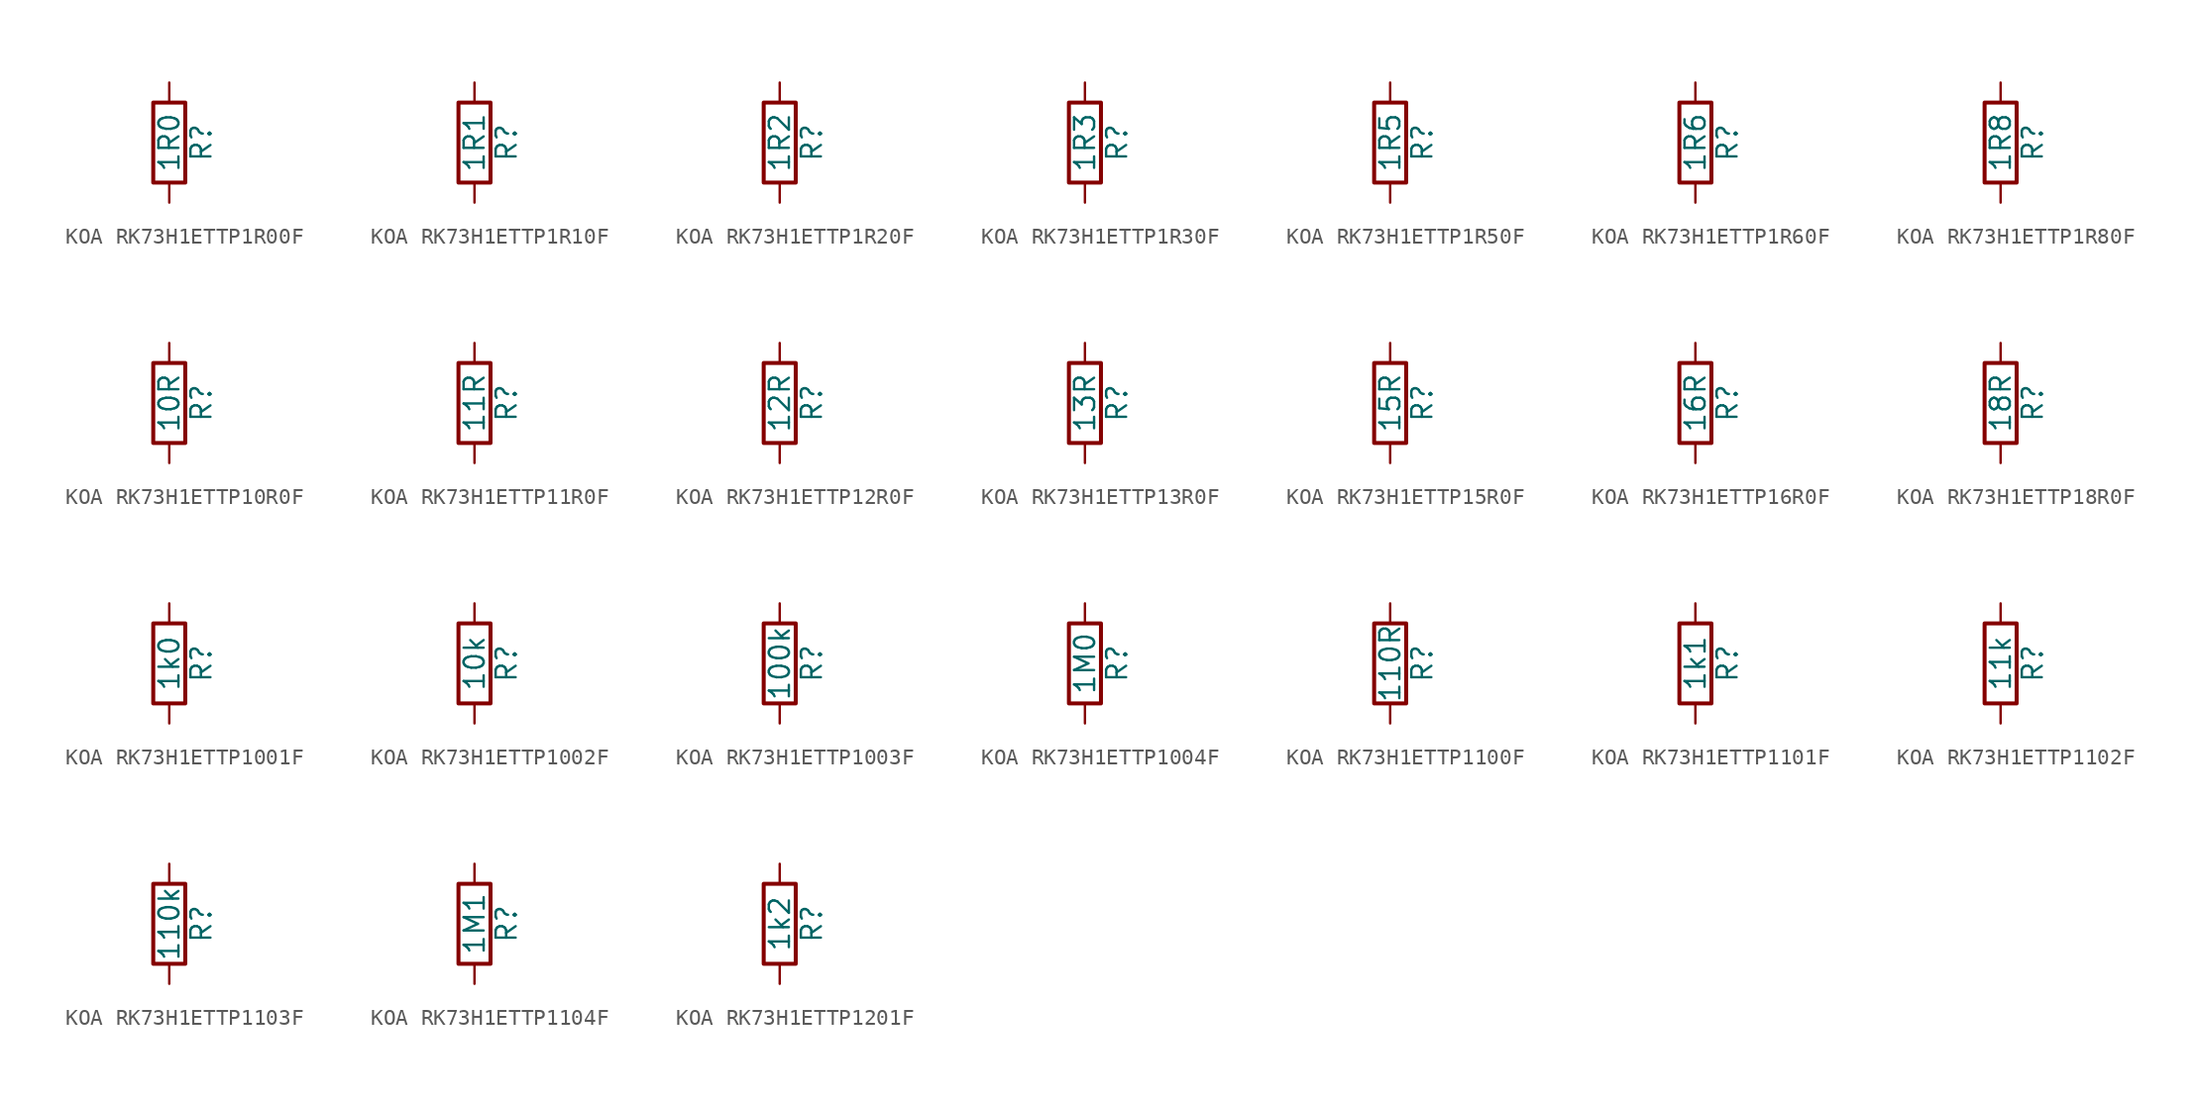
<source format=kicad_sym>
(kicad_symbol_lib
  (version 20220914)
  (generator kicad_symbol_editor)
  (symbol "KOA RK73H1ETTP1R00F"
    (pin_numbers hide)
    (pin_names
      (offset 0))
    (property "Reference" "R"
      (at 2.032 0 90)
      (effects (font (size 1.27 1.27))))
    (property "Value" "1R0"
      (at 0 0 90)
      (effects (font (size 1.27 1.27))))
    (symbol "KOA RK73H1ETTP1R00F_0_1"
      (rectangle (start -1.016 -2.54) (end 1.016 2.54) (stroke (width 0.254) (type default)) (fill (type none))))
    (symbol "KOA RK73H1ETTP1R00F_1_1"
      (pin passive line (at 0 3.81 270) (length 1.27) (name "~" (effects (font (size 1.27 1.27)))) (number "1" (effects (font (size 1.27 1.27)))))
      (pin passive line (at 0 -3.81 90) (length 1.27) (name "~" (effects (font (size 1.27 1.27)))) (number "2" (effects (font (size 1.27 1.27)))))))
  (symbol "KOA RK73H1ETTP1R10F"
    (pin_numbers hide)
    (pin_names
      (offset 0))
    (property "Reference" "R"
      (at 2.032 0 90)
      (effects (font (size 1.27 1.27))))
    (property "Value" "1R1"
      (at 0 0 90)
      (effects (font (size 1.27 1.27))))
    (symbol "KOA RK73H1ETTP1R10F_0_1"
      (rectangle (start -1.016 -2.54) (end 1.016 2.54) (stroke (width 0.254) (type default)) (fill (type none))))
    (symbol "KOA RK73H1ETTP1R10F_1_1"
      (pin passive line (at 0 3.81 270) (length 1.27) (name "~" (effects (font (size 1.27 1.27)))) (number "1" (effects (font (size 1.27 1.27)))))
      (pin passive line (at 0 -3.81 90) (length 1.27) (name "~" (effects (font (size 1.27 1.27)))) (number "2" (effects (font (size 1.27 1.27)))))))
  (symbol "KOA RK73H1ETTP1R20F"
    (pin_numbers hide)
    (pin_names
      (offset 0))
    (property "Reference" "R"
      (at 2.032 0 90)
      (effects (font (size 1.27 1.27))))
    (property "Value" "1R2"
      (at 0 0 90)
      (effects (font (size 1.27 1.27))))
    (symbol "KOA RK73H1ETTP1R20F_0_1"
      (rectangle (start -1.016 -2.54) (end 1.016 2.54) (stroke (width 0.254) (type default)) (fill (type none))))
    (symbol "KOA RK73H1ETTP1R20F_1_1"
      (pin passive line (at 0 3.81 270) (length 1.27) (name "~" (effects (font (size 1.27 1.27)))) (number "1" (effects (font (size 1.27 1.27)))))
      (pin passive line (at 0 -3.81 90) (length 1.27) (name "~" (effects (font (size 1.27 1.27)))) (number "2" (effects (font (size 1.27 1.27)))))))
  (symbol "KOA RK73H1ETTP1R30F"
    (pin_numbers hide)
    (pin_names
      (offset 0))
    (property "Reference" "R"
      (at 2.032 0 90)
      (effects (font (size 1.27 1.27))))
    (property "Value" "1R3"
      (at 0 0 90)
      (effects (font (size 1.27 1.27))))
    (symbol "KOA RK73H1ETTP1R30F_0_1"
      (rectangle (start -1.016 -2.54) (end 1.016 2.54) (stroke (width 0.254) (type default)) (fill (type none))))
    (symbol "KOA RK73H1ETTP1R30F_1_1"
      (pin passive line (at 0 3.81 270) (length 1.27) (name "~" (effects (font (size 1.27 1.27)))) (number "1" (effects (font (size 1.27 1.27)))))
      (pin passive line (at 0 -3.81 90) (length 1.27) (name "~" (effects (font (size 1.27 1.27)))) (number "2" (effects (font (size 1.27 1.27)))))))
  (symbol "KOA RK73H1ETTP1R50F"
    (pin_numbers hide)
    (pin_names
      (offset 0))
    (property "Reference" "R"
      (at 2.032 0 90)
      (effects (font (size 1.27 1.27))))
    (property "Value" "1R5"
      (at 0 0 90)
      (effects (font (size 1.27 1.27))))
    (symbol "KOA RK73H1ETTP1R50F_0_1"
      (rectangle (start -1.016 -2.54) (end 1.016 2.54) (stroke (width 0.254) (type default)) (fill (type none))))
    (symbol "KOA RK73H1ETTP1R50F_1_1"
      (pin passive line (at 0 3.81 270) (length 1.27) (name "~" (effects (font (size 1.27 1.27)))) (number "1" (effects (font (size 1.27 1.27)))))
      (pin passive line (at 0 -3.81 90) (length 1.27) (name "~" (effects (font (size 1.27 1.27)))) (number "2" (effects (font (size 1.27 1.27)))))))
  (symbol "KOA RK73H1ETTP1R60F"
    (pin_numbers hide)
    (pin_names
      (offset 0))
    (property "Reference" "R"
      (at 2.032 0 90)
      (effects (font (size 1.27 1.27))))
    (property "Value" "1R6"
      (at 0 0 90)
      (effects (font (size 1.27 1.27))))
    (symbol "KOA RK73H1ETTP1R60F_0_1"
      (rectangle (start -1.016 -2.54) (end 1.016 2.54) (stroke (width 0.254) (type default)) (fill (type none))))
    (symbol "KOA RK73H1ETTP1R60F_1_1"
      (pin passive line (at 0 3.81 270) (length 1.27) (name "~" (effects (font (size 1.27 1.27)))) (number "1" (effects (font (size 1.27 1.27)))))
      (pin passive line (at 0 -3.81 90) (length 1.27) (name "~" (effects (font (size 1.27 1.27)))) (number "2" (effects (font (size 1.27 1.27)))))))
  (symbol "KOA RK73H1ETTP1R80F"
    (pin_numbers hide)
    (pin_names
      (offset 0))
    (property "Reference" "R"
      (at 2.032 0 90)
      (effects (font (size 1.27 1.27))))
    (property "Value" "1R8"
      (at 0 0 90)
      (effects (font (size 1.27 1.27))))
    (symbol "KOA RK73H1ETTP1R80F_0_1"
      (rectangle (start -1.016 -2.54) (end 1.016 2.54) (stroke (width 0.254) (type default)) (fill (type none))))
    (symbol "KOA RK73H1ETTP1R80F_1_1"
      (pin passive line (at 0 3.81 270) (length 1.27) (name "~" (effects (font (size 1.27 1.27)))) (number "1" (effects (font (size 1.27 1.27)))))
      (pin passive line (at 0 -3.81 90) (length 1.27) (name "~" (effects (font (size 1.27 1.27)))) (number "2" (effects (font (size 1.27 1.27)))))))
  (symbol "KOA RK73H1ETTP10R0F"
    (pin_numbers hide)
    (pin_names
      (offset 0))
    (property "Reference" "R"
      (at 2.032 0 90)
      (effects (font (size 1.27 1.27))))
    (property "Value" "10R"
      (at 0 0 90)
      (effects (font (size 1.27 1.27))))
    (symbol "KOA RK73H1ETTP10R0F_0_1"
      (rectangle (start -1.016 -2.54) (end 1.016 2.54) (stroke (width 0.254) (type default)) (fill (type none))))
    (symbol "KOA RK73H1ETTP10R0F_1_1"
      (pin passive line (at 0 3.81 270) (length 1.27) (name "~" (effects (font (size 1.27 1.27)))) (number "1" (effects (font (size 1.27 1.27)))))
      (pin passive line (at 0 -3.81 90) (length 1.27) (name "~" (effects (font (size 1.27 1.27)))) (number "2" (effects (font (size 1.27 1.27)))))))
  (symbol "KOA RK73H1ETTP11R0F"
    (pin_numbers hide)
    (pin_names
      (offset 0))
    (property "Reference" "R"
      (at 2.032 0 90)
      (effects (font (size 1.27 1.27))))
    (property "Value" "11R"
      (at 0 0 90)
      (effects (font (size 1.27 1.27))))
    (symbol "KOA RK73H1ETTP11R0F_0_1"
      (rectangle (start -1.016 -2.54) (end 1.016 2.54) (stroke (width 0.254) (type default)) (fill (type none))))
    (symbol "KOA RK73H1ETTP11R0F_1_1"
      (pin passive line (at 0 3.81 270) (length 1.27) (name "~" (effects (font (size 1.27 1.27)))) (number "1" (effects (font (size 1.27 1.27)))))
      (pin passive line (at 0 -3.81 90) (length 1.27) (name "~" (effects (font (size 1.27 1.27)))) (number "2" (effects (font (size 1.27 1.27)))))))
  (symbol "KOA RK73H1ETTP12R0F"
    (pin_numbers hide)
    (pin_names
      (offset 0))
    (property "Reference" "R"
      (at 2.032 0 90)
      (effects (font (size 1.27 1.27))))
    (property "Value" "12R"
      (at 0 0 90)
      (effects (font (size 1.27 1.27))))
    (symbol "KOA RK73H1ETTP12R0F_0_1"
      (rectangle (start -1.016 -2.54) (end 1.016 2.54) (stroke (width 0.254) (type default)) (fill (type none))))
    (symbol "KOA RK73H1ETTP12R0F_1_1"
      (pin passive line (at 0 3.81 270) (length 1.27) (name "~" (effects (font (size 1.27 1.27)))) (number "1" (effects (font (size 1.27 1.27)))))
      (pin passive line (at 0 -3.81 90) (length 1.27) (name "~" (effects (font (size 1.27 1.27)))) (number "2" (effects (font (size 1.27 1.27)))))))
  (symbol "KOA RK73H1ETTP13R0F"
    (pin_numbers hide)
    (pin_names
      (offset 0))
    (property "Reference" "R"
      (at 2.032 0 90)
      (effects (font (size 1.27 1.27))))
    (property "Value" "13R"
      (at 0 0 90)
      (effects (font (size 1.27 1.27))))
    (symbol "KOA RK73H1ETTP13R0F_0_1"
      (rectangle (start -1.016 -2.54) (end 1.016 2.54) (stroke (width 0.254) (type default)) (fill (type none))))
    (symbol "KOA RK73H1ETTP13R0F_1_1"
      (pin passive line (at 0 3.81 270) (length 1.27) (name "~" (effects (font (size 1.27 1.27)))) (number "1" (effects (font (size 1.27 1.27)))))
      (pin passive line (at 0 -3.81 90) (length 1.27) (name "~" (effects (font (size 1.27 1.27)))) (number "2" (effects (font (size 1.27 1.27)))))))
  (symbol "KOA RK73H1ETTP15R0F"
    (pin_numbers hide)
    (pin_names
      (offset 0))
    (property "Reference" "R"
      (at 2.032 0 90)
      (effects (font (size 1.27 1.27))))
    (property "Value" "15R"
      (at 0 0 90)
      (effects (font (size 1.27 1.27))))
    (symbol "KOA RK73H1ETTP15R0F_0_1"
      (rectangle (start -1.016 -2.54) (end 1.016 2.54) (stroke (width 0.254) (type default)) (fill (type none))))
    (symbol "KOA RK73H1ETTP15R0F_1_1"
      (pin passive line (at 0 3.81 270) (length 1.27) (name "~" (effects (font (size 1.27 1.27)))) (number "1" (effects (font (size 1.27 1.27)))))
      (pin passive line (at 0 -3.81 90) (length 1.27) (name "~" (effects (font (size 1.27 1.27)))) (number "2" (effects (font (size 1.27 1.27)))))))
  (symbol "KOA RK73H1ETTP16R0F"
    (pin_numbers hide)
    (pin_names
      (offset 0))
    (property "Reference" "R"
      (at 2.032 0 90)
      (effects (font (size 1.27 1.27))))
    (property "Value" "16R"
      (at 0 0 90)
      (effects (font (size 1.27 1.27))))
    (symbol "KOA RK73H1ETTP16R0F_0_1"
      (rectangle (start -1.016 -2.54) (end 1.016 2.54) (stroke (width 0.254) (type default)) (fill (type none))))
    (symbol "KOA RK73H1ETTP16R0F_1_1"
      (pin passive line (at 0 3.81 270) (length 1.27) (name "~" (effects (font (size 1.27 1.27)))) (number "1" (effects (font (size 1.27 1.27)))))
      (pin passive line (at 0 -3.81 90) (length 1.27) (name "~" (effects (font (size 1.27 1.27)))) (number "2" (effects (font (size 1.27 1.27)))))))
  (symbol "KOA RK73H1ETTP18R0F"
    (pin_numbers hide)
    (pin_names
      (offset 0))
    (property "Reference" "R"
      (at 2.032 0 90)
      (effects (font (size 1.27 1.27))))
    (property "Value" "18R"
      (at 0 0 90)
      (effects (font (size 1.27 1.27))))
    (symbol "KOA RK73H1ETTP18R0F_0_1"
      (rectangle (start -1.016 -2.54) (end 1.016 2.54) (stroke (width 0.254) (type default)) (fill (type none))))
    (symbol "KOA RK73H1ETTP18R0F_1_1"
      (pin passive line (at 0 3.81 270) (length 1.27) (name "~" (effects (font (size 1.27 1.27)))) (number "1" (effects (font (size 1.27 1.27)))))
      (pin passive line (at 0 -3.81 90) (length 1.27) (name "~" (effects (font (size 1.27 1.27)))) (number "2" (effects (font (size 1.27 1.27)))))))
  (symbol "KOA RK73H1ETTP1001F"
    (pin_numbers hide)
    (pin_names
      (offset 0))
    (property "Reference" "R"
      (at 2.032 0 90)
      (effects (font (size 1.27 1.27))))
    (property "Value" "1k0"
      (at 0 0 90)
      (effects (font (size 1.27 1.27))))
    (symbol "KOA RK73H1ETTP1001F_0_1"
      (rectangle (start -1.016 -2.54) (end 1.016 2.54) (stroke (width 0.254) (type default)) (fill (type none))))
    (symbol "KOA RK73H1ETTP1001F_1_1"
      (pin passive line (at 0 3.81 270) (length 1.27) (name "~" (effects (font (size 1.27 1.27)))) (number "1" (effects (font (size 1.27 1.27)))))
      (pin passive line (at 0 -3.81 90) (length 1.27) (name "~" (effects (font (size 1.27 1.27)))) (number "2" (effects (font (size 1.27 1.27)))))))
  (symbol "KOA RK73H1ETTP1002F"
    (pin_numbers hide)
    (pin_names
      (offset 0))
    (property "Reference" "R"
      (at 2.032 0 90)
      (effects (font (size 1.27 1.27))))
    (property "Value" "10k"
      (at 0 0 90)
      (effects (font (size 1.27 1.27))))
    (symbol "KOA RK73H1ETTP1002F_0_1"
      (rectangle (start -1.016 -2.54) (end 1.016 2.54) (stroke (width 0.254) (type default)) (fill (type none))))
    (symbol "KOA RK73H1ETTP1002F_1_1"
      (pin passive line (at 0 3.81 270) (length 1.27) (name "~" (effects (font (size 1.27 1.27)))) (number "1" (effects (font (size 1.27 1.27)))))
      (pin passive line (at 0 -3.81 90) (length 1.27) (name "~" (effects (font (size 1.27 1.27)))) (number "2" (effects (font (size 1.27 1.27)))))))
  (symbol "KOA RK73H1ETTP1003F"
    (pin_numbers hide)
    (pin_names
      (offset 0))
    (property "Reference" "R"
      (at 2.032 0 90)
      (effects (font (size 1.27 1.27))))
    (property "Value" "100k"
      (at 0 0 90)
      (effects (font (size 1.27 1.27))))
    (symbol "KOA RK73H1ETTP1003F_0_1"
      (rectangle (start -1.016 -2.54) (end 1.016 2.54) (stroke (width 0.254) (type default)) (fill (type none))))
    (symbol "KOA RK73H1ETTP1003F_1_1"
      (pin passive line (at 0 3.81 270) (length 1.27) (name "~" (effects (font (size 1.27 1.27)))) (number "1" (effects (font (size 1.27 1.27)))))
      (pin passive line (at 0 -3.81 90) (length 1.27) (name "~" (effects (font (size 1.27 1.27)))) (number "2" (effects (font (size 1.27 1.27)))))))
  (symbol "KOA RK73H1ETTP1004F"
    (pin_numbers hide)
    (pin_names
      (offset 0))
    (property "Reference" "R"
      (at 2.032 0 90)
      (effects (font (size 1.27 1.27))))
    (property "Value" "1M0"
      (at 0 0 90)
      (effects (font (size 1.27 1.27))))
    (symbol "KOA RK73H1ETTP1004F_0_1"
      (rectangle (start -1.016 -2.54) (end 1.016 2.54) (stroke (width 0.254) (type default)) (fill (type none))))
    (symbol "KOA RK73H1ETTP1004F_1_1"
      (pin passive line (at 0 3.81 270) (length 1.27) (name "~" (effects (font (size 1.27 1.27)))) (number "1" (effects (font (size 1.27 1.27)))))
      (pin passive line (at 0 -3.81 90) (length 1.27) (name "~" (effects (font (size 1.27 1.27)))) (number "2" (effects (font (size 1.27 1.27)))))))
  (symbol "KOA RK73H1ETTP1100F"
    (pin_numbers hide)
    (pin_names
      (offset 0))
    (property "Reference" "R"
      (at 2.032 0 90)
      (effects (font (size 1.27 1.27))))
    (property "Value" "110R"
      (at 0 0 90)
      (effects (font (size 1.27 1.27))))
    (symbol "KOA RK73H1ETTP1100F_0_1"
      (rectangle (start -1.016 -2.54) (end 1.016 2.54) (stroke (width 0.254) (type default)) (fill (type none))))
    (symbol "KOA RK73H1ETTP1100F_1_1"
      (pin passive line (at 0 3.81 270) (length 1.27) (name "~" (effects (font (size 1.27 1.27)))) (number "1" (effects (font (size 1.27 1.27)))))
      (pin passive line (at 0 -3.81 90) (length 1.27) (name "~" (effects (font (size 1.27 1.27)))) (number "2" (effects (font (size 1.27 1.27)))))))
  (symbol "KOA RK73H1ETTP1101F"
    (pin_numbers hide)
    (pin_names
      (offset 0))
    (property "Reference" "R"
      (at 2.032 0 90)
      (effects (font (size 1.27 1.27))))
    (property "Value" "1k1"
      (at 0 0 90)
      (effects (font (size 1.27 1.27))))
    (symbol "KOA RK73H1ETTP1101F_0_1"
      (rectangle (start -1.016 -2.54) (end 1.016 2.54) (stroke (width 0.254) (type default)) (fill (type none))))
    (symbol "KOA RK73H1ETTP1101F_1_1"
      (pin passive line (at 0 3.81 270) (length 1.27) (name "~" (effects (font (size 1.27 1.27)))) (number "1" (effects (font (size 1.27 1.27)))))
      (pin passive line (at 0 -3.81 90) (length 1.27) (name "~" (effects (font (size 1.27 1.27)))) (number "2" (effects (font (size 1.27 1.27)))))))
  (symbol "KOA RK73H1ETTP1102F"
    (pin_numbers hide)
    (pin_names
      (offset 0))
    (property "Reference" "R"
      (at 2.032 0 90)
      (effects (font (size 1.27 1.27))))
    (property "Value" "11k"
      (at 0 0 90)
      (effects (font (size 1.27 1.27))))
    (symbol "KOA RK73H1ETTP1102F_0_1"
      (rectangle (start -1.016 -2.54) (end 1.016 2.54) (stroke (width 0.254) (type default)) (fill (type none))))
    (symbol "KOA RK73H1ETTP1102F_1_1"
      (pin passive line (at 0 3.81 270) (length 1.27) (name "~" (effects (font (size 1.27 1.27)))) (number "1" (effects (font (size 1.27 1.27)))))
      (pin passive line (at 0 -3.81 90) (length 1.27) (name "~" (effects (font (size 1.27 1.27)))) (number "2" (effects (font (size 1.27 1.27)))))))
  (symbol "KOA RK73H1ETTP1103F"
    (pin_numbers hide)
    (pin_names
      (offset 0))
    (property "Reference" "R"
      (at 2.032 0 90)
      (effects (font (size 1.27 1.27))))
    (property "Value" "110k"
      (at 0 0 90)
      (effects (font (size 1.27 1.27))))
    (symbol "KOA RK73H1ETTP1103F_0_1"
      (rectangle (start -1.016 -2.54) (end 1.016 2.54) (stroke (width 0.254) (type default)) (fill (type none))))
    (symbol "KOA RK73H1ETTP1103F_1_1"
      (pin passive line (at 0 3.81 270) (length 1.27) (name "~" (effects (font (size 1.27 1.27)))) (number "1" (effects (font (size 1.27 1.27)))))
      (pin passive line (at 0 -3.81 90) (length 1.27) (name "~" (effects (font (size 1.27 1.27)))) (number "2" (effects (font (size 1.27 1.27)))))))
  (symbol "KOA RK73H1ETTP1104F"
    (pin_numbers hide)
    (pin_names
      (offset 0))
    (property "Reference" "R"
      (at 2.032 0 90)
      (effects (font (size 1.27 1.27))))
    (property "Value" "1M1"
      (at 0 0 90)
      (effects (font (size 1.27 1.27))))
    (symbol "KOA RK73H1ETTP1104F_0_1"
      (rectangle (start -1.016 -2.54) (end 1.016 2.54) (stroke (width 0.254) (type default)) (fill (type none))))
    (symbol "KOA RK73H1ETTP1104F_1_1"
      (pin passive line (at 0 3.81 270) (length 1.27) (name "~" (effects (font (size 1.27 1.27)))) (number "1" (effects (font (size 1.27 1.27)))))
      (pin passive line (at 0 -3.81 90) (length 1.27) (name "~" (effects (font (size 1.27 1.27)))) (number "2" (effects (font (size 1.27 1.27)))))))
  (symbol "KOA RK73H1ETTP1201F"
    (pin_numbers hide)
    (pin_names
      (offset 0))
    (property "Reference" "R"
      (at 2.032 0 90)
      (effects (font (size 1.27 1.27))))
    (property "Value" "1k2"
      (at 0 0 90)
      (effects (font (size 1.27 1.27))))
    (symbol "KOA RK73H1ETTP1201F_0_1"
      (rectangle (start -1.016 -2.54) (end 1.016 2.54) (stroke (width 0.254) (type default)) (fill (type none))))
    (symbol "KOA RK73H1ETTP1201F_1_1"
      (pin passive line (at 0 3.81 270) (length 1.27) (name "~" (effects (font (size 1.27 1.27)))) (number "1" (effects (font (size 1.27 1.27)))))
      (pin passive line (at 0 -3.81 90) (length 1.27) (name "~" (effects (font (size 1.27 1.27)))) (number "2" (effects (font (size 1.27 1.27))))))))
</source>
